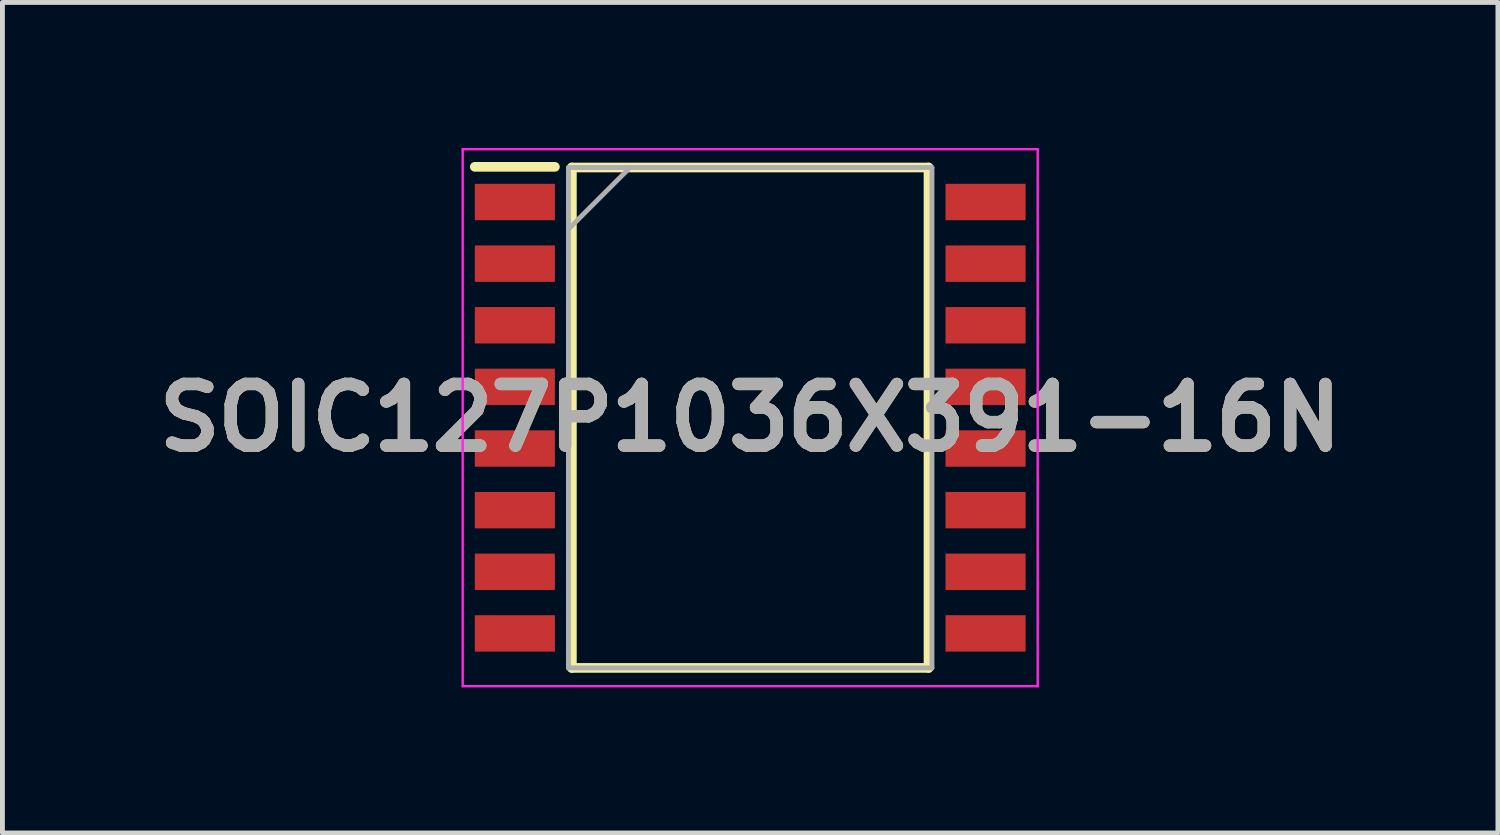
<source format=kicad_pcb>
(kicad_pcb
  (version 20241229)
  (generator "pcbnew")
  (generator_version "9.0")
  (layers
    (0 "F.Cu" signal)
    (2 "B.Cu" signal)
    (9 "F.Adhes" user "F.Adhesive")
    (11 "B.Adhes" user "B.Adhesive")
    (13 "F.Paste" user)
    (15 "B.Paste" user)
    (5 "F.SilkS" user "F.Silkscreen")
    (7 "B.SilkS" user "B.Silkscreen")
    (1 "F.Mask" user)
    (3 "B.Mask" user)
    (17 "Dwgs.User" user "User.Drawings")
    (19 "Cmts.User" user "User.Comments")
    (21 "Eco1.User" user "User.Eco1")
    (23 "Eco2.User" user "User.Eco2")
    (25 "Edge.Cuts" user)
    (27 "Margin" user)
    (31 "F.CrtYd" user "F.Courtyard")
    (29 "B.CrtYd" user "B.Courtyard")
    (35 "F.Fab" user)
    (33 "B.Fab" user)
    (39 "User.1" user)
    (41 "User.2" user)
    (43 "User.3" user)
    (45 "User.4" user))
  (footprint "SOIC127P1036X391-16N"
    (layer "F.Cu")
    (at 12.41 5.558)
    (property "Reference" "SOIC127P1036X391-16N" (at 0 0 0) (layer "F.SilkS") (effects (font (size 1.27 1.27) (thickness 0.254))))
    (attr smd)
    (fp_line (start -5.675 -5.17) (end -4.025 -5.17) (stroke (width 0.2) (type solid)) (layer "F.SilkS"))
    (fp_line (start -3.675 -5.156) (end 3.675 -5.156) (stroke (width 0.2) (type solid)) (layer "F.SilkS"))
    (fp_line (start -3.675 5.156) (end -3.675 -5.156) (stroke (width 0.2) (type solid)) (layer "F.SilkS"))
    (fp_line (start 3.675 -5.156) (end 3.675 5.156) (stroke (width 0.2) (type solid)) (layer "F.SilkS"))
    (fp_line (start 3.675 5.156) (end -3.675 5.156) (stroke (width 0.2) (type solid)) (layer "F.SilkS"))
    (fp_line (start -5.925 -5.533) (end 5.925 -5.533) (stroke (width 0.05) (type solid)) (layer "F.CrtYd"))
    (fp_line (start -5.925 5.533) (end -5.925 -5.533) (stroke (width 0.05) (type solid)) (layer "F.CrtYd"))
    (fp_line (start 5.925 -5.533) (end 5.925 5.533) (stroke (width 0.05) (type solid)) (layer "F.CrtYd"))
    (fp_line (start 5.925 5.533) (end -5.925 5.533) (stroke (width 0.05) (type solid)) (layer "F.CrtYd"))
    (fp_line (start -3.746 -5.156) (end 3.746 -5.156) (stroke (width 0.1) (type solid)) (layer "F.Fab"))
    (fp_line (start -3.746 -3.886) (end -2.476 -5.156) (stroke (width 0.1) (type solid)) (layer "F.Fab"))
    (fp_line (start -3.746 5.156) (end -3.746 -5.156) (stroke (width 0.1) (type solid)) (layer "F.Fab"))
    (fp_line (start 3.746 -5.156) (end 3.746 5.156) (stroke (width 0.1) (type solid)) (layer "F.Fab"))
    (fp_line (start 3.746 5.156) (end -3.746 5.156) (stroke (width 0.1) (type solid)) (layer "F.Fab"))
    (fp_text user "${REFERENCE}" (at 0 0 0) (layer "F.Fab") (effects (font (size 1.27 1.27) (thickness 0.254))))
    (pad "1" smd rect (at -4.85 -4.445 90) (size 0.75 1.65) (layers "F.Cu" "F.Mask" "F.Paste"))
    (pad "2" smd rect (at -4.85 -3.175 90) (size 0.75 1.65) (layers "F.Cu" "F.Mask" "F.Paste"))
    (pad "3" smd rect (at -4.85 -1.905 90) (size 0.75 1.65) (layers "F.Cu" "F.Mask" "F.Paste"))
    (pad "4" smd rect (at -4.85 -0.635 90) (size 0.75 1.65) (layers "F.Cu" "F.Mask" "F.Paste"))
    (pad "5" smd rect (at -4.85 0.635 90) (size 0.75 1.65) (layers "F.Cu" "F.Mask" "F.Paste"))
    (pad "6" smd rect (at -4.85 1.905 90) (size 0.75 1.65) (layers "F.Cu" "F.Mask" "F.Paste"))
    (pad "7" smd rect (at -4.85 3.175 90) (size 0.75 1.65) (layers "F.Cu" "F.Mask" "F.Paste"))
    (pad "8" smd rect (at -4.85 4.445 90) (size 0.75 1.65) (layers "F.Cu" "F.Mask" "F.Paste"))
    (pad "9" smd rect (at 4.85 4.445 90) (size 0.75 1.65) (layers "F.Cu" "F.Mask" "F.Paste"))
    (pad "10" smd rect (at 4.85 3.175 90) (size 0.75 1.65) (layers "F.Cu" "F.Mask" "F.Paste"))
    (pad "11" smd rect (at 4.85 1.905 90) (size 0.75 1.65) (layers "F.Cu" "F.Mask" "F.Paste"))
    (pad "12" smd rect (at 4.85 0.635 90) (size 0.75 1.65) (layers "F.Cu" "F.Mask" "F.Paste"))
    (pad "13" smd rect (at 4.85 -0.635 90) (size 0.75 1.65) (layers "F.Cu" "F.Mask" "F.Paste"))
    (pad "14" smd rect (at 4.85 -1.905 90) (size 0.75 1.65) (layers "F.Cu" "F.Mask" "F.Paste"))
    (pad "15" smd rect (at 4.85 -3.175 90) (size 0.75 1.65) (layers "F.Cu" "F.Mask" "F.Paste"))
    (pad "16" smd rect (at 4.85 -4.445 90) (size 0.75 1.65) (layers "F.Cu" "F.Mask" "F.Paste")))
  (gr_rect
    (start -3 -3)
    (end 27.819 14.116)
    (stroke (width 0.1) (type default))
    (fill no)
    (layer "Edge.Cuts")))
</source>
